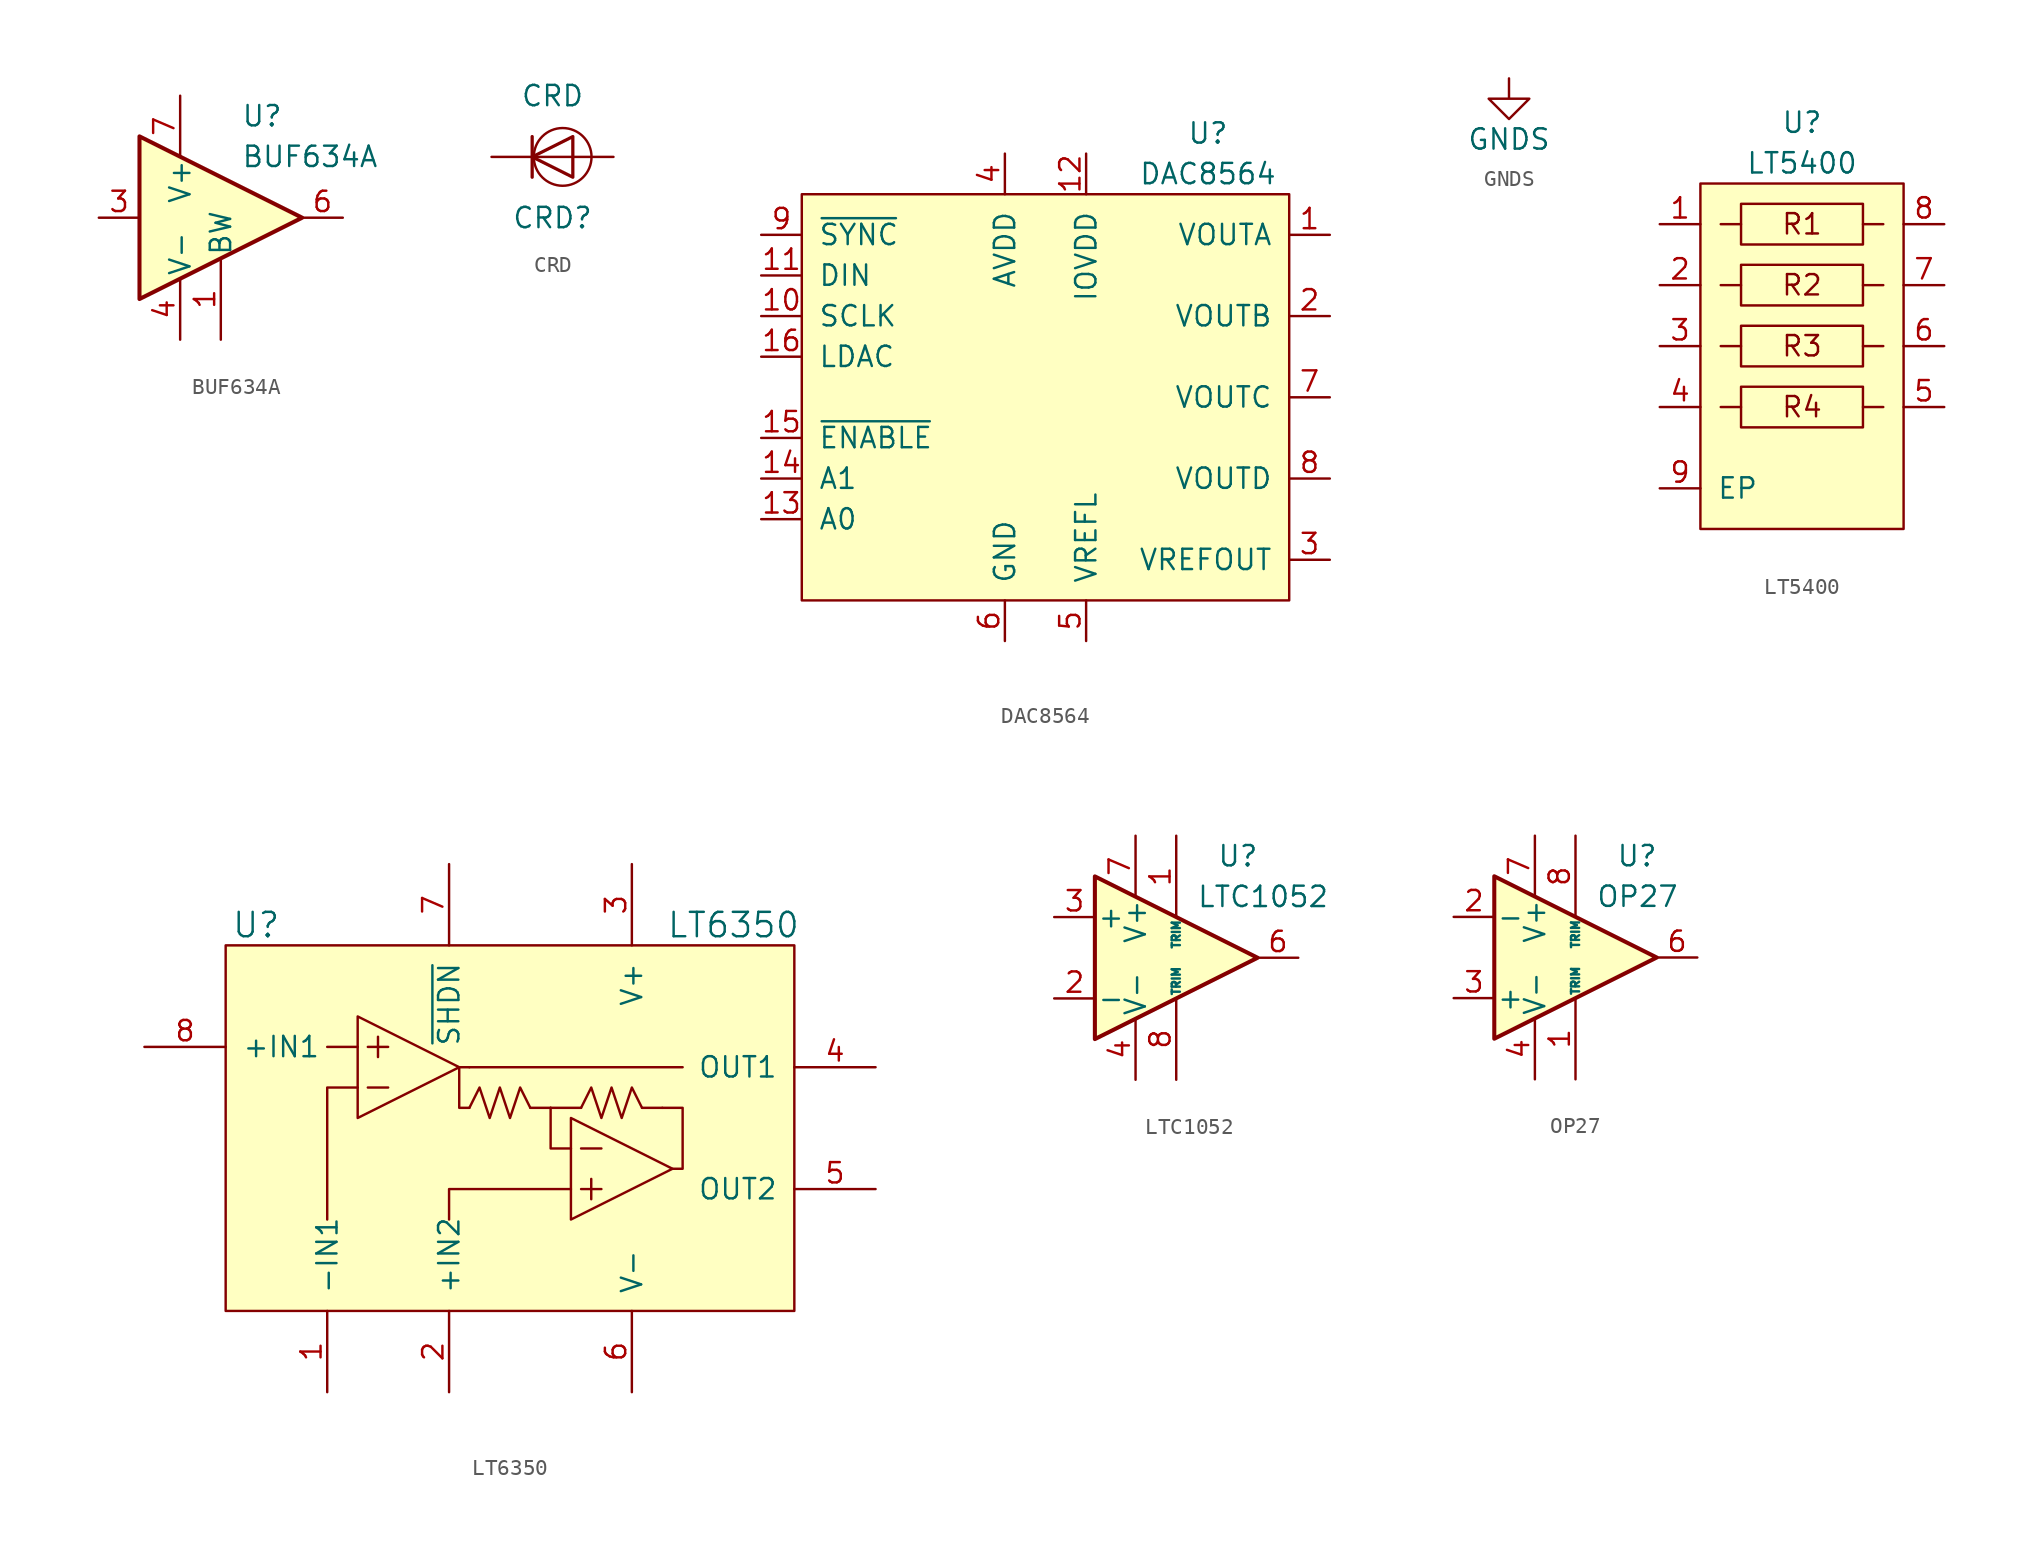
<source format=kicad_sym>
(kicad_symbol_lib
  (version 20220914)
  (generator kicad_symbol_editor)
  (symbol "BUF634A"
    (pin_names
      (offset 0.127))
    (property "Reference" "U"
      (at 1.27 6.35 0)
      (effects (font (size 1.27 1.27)) (justify left)))
    (property "Value" "BUF634A"
      (at 1.27 3.81 0)
      (effects (font (size 1.27 1.27)) (justify left)))
    (symbol "BUF634A_0_1"
      (polyline (pts (xy -5.08 5.08) (xy 5.08 0) (xy -5.08 -5.08) (xy -5.08 5.08)) (stroke (width 0.254) (type default)) (fill (type background))))
    (symbol "BUF634A_1_1"
      (pin input line (at 0 -7.62 90) (length 5.08) (name "BW" (effects (font (size 1.27 1.27)))) (number "1" (effects (font (size 1.27 1.27)))))
      (pin no_connect non_logic (at 0 2.54 270) (length 0) hide (name "NC" (effects (font (size 0.508 0.508)))) (number "2" (effects (font (size 1.27 1.27)))))
      (pin input line (at -7.62 0 0) (length 2.54) (name "~" (effects (font (size 1.27 1.27)))) (number "3" (effects (font (size 1.27 1.27)))))
      (pin power_in line (at -2.54 -7.62 90) (length 3.81) (name "V-" (effects (font (size 1.27 1.27)))) (number "4" (effects (font (size 1.27 1.27)))))
      (pin no_connect non_logic (at 2.54 -1.27 90) (length 0) hide (name "NC" (effects (font (size 0.508 0.508)))) (number "5" (effects (font (size 1.27 1.27)))))
      (pin output line (at 7.62 0 180) (length 2.54) (name "~" (effects (font (size 1.27 1.27)))) (number "6" (effects (font (size 1.27 1.27)))))
      (pin power_in line (at -2.54 7.62 270) (length 3.81) (name "V+" (effects (font (size 1.27 1.27)))) (number "7" (effects (font (size 1.27 1.27)))))
      (pin no_connect non_logic (at 2.54 1.27 270) (length 0) hide (name "NC" (effects (font (size 0.508 0.508)))) (number "8" (effects (font (size 1.27 1.27)))))))
  (symbol "CRD"
    (pin_numbers hide)
    (pin_names
      (offset 1.016) hide)
    (property "Reference" "CRD"
      (at 0 -3.81 0)
      (effects (font (size 1.27 1.27))))
    (property "Value" "CRD"
      (at 0 3.81 0)
      (effects (font (size 1.27 1.27))))
    (symbol "CRD_0_1"
      (polyline (pts (xy -1.27 1.27) (xy -1.27 -1.27)) (stroke (width 0.203) (type default)) (fill (type none)))
      (polyline (pts (xy 1.27 0) (xy -1.27 0)) (stroke (width 0) (type default)) (fill (type none)))
      (polyline (pts (xy 1.27 1.27) (xy 1.27 -1.27) (xy -1.27 0) (xy 1.27 1.27)) (stroke (width 0.203) (type default)) (fill (type none)))
      (circle (center 0.635 0) (radius 1.803) (stroke (width 0) (type default)) (fill (type none))))
    (symbol "CRD_1_1"
      (pin passive line (at -3.81 0 0) (length 2.54) (name "K" (effects (font (size 1.27 1.27)))) (number "1" (effects (font (size 1.27 1.27)))))
      (pin passive line (at 3.81 0 180) (length 2.54) (name "A" (effects (font (size 1.27 1.27)))) (number "2" (effects (font (size 1.27 1.27)))))))
  (symbol "DAC8564"
    (pin_names
      (offset 1.016))
    (property "Reference" "U"
      (at 10.16 16.51 0)
      (effects (font (size 1.27 1.27))))
    (property "Value" "DAC8564"
      (at 10.16 13.97 0)
      (effects (font (size 1.27 1.27))))
    (symbol "DAC8564_0_1"
      (rectangle (start 15.24 -12.7) (end -15.24 12.7) (stroke (width 0) (type default)) (fill (type background))))
    (symbol "DAC8564_1_1"
      (pin output line (at 17.78 10.16 180) (length 2.54) (name "VOUTA" (effects (font (size 1.27 1.27)))) (number "1" (effects (font (size 1.27 1.27)))))
      (pin input line (at -17.78 5.08 0) (length 2.54) (name "SCLK" (effects (font (size 1.27 1.27)))) (number "10" (effects (font (size 1.27 1.27)))))
      (pin input line (at -17.78 7.62 0) (length 2.54) (name "DIN" (effects (font (size 1.27 1.27)))) (number "11" (effects (font (size 1.27 1.27)))))
      (pin passive line (at 2.54 15.24 270) (length 2.54) (name "IOVDD" (effects (font (size 1.27 1.27)))) (number "12" (effects (font (size 1.27 1.27)))))
      (pin input line (at -17.78 -7.62 0) (length 2.54) (name "A0" (effects (font (size 1.27 1.27)))) (number "13" (effects (font (size 1.27 1.27)))))
      (pin input line (at -17.78 -5.08 0) (length 2.54) (name "A1" (effects (font (size 1.27 1.27)))) (number "14" (effects (font (size 1.27 1.27)))))
      (pin input line (at -17.78 -2.54 0) (length 2.54) (name "~{ENABLE}" (effects (font (size 1.27 1.27)))) (number "15" (effects (font (size 1.27 1.27)))))
      (pin input line (at -17.78 2.54 0) (length 2.54) (name "LDAC" (effects (font (size 1.27 1.27)))) (number "16" (effects (font (size 1.27 1.27)))))
      (pin output line (at 17.78 5.08 180) (length 2.54) (name "VOUTB" (effects (font (size 1.27 1.27)))) (number "2" (effects (font (size 1.27 1.27)))))
      (pin output line (at 17.78 -10.16 180) (length 2.54) (name "VREFOUT" (effects (font (size 1.27 1.27)))) (number "3" (effects (font (size 1.27 1.27)))))
      (pin passive line (at -2.54 15.24 270) (length 2.54) (name "AVDD" (effects (font (size 1.27 1.27)))) (number "4" (effects (font (size 1.27 1.27)))))
      (pin passive line (at 2.54 -15.24 90) (length 2.54) (name "VREFL" (effects (font (size 1.27 1.27)))) (number "5" (effects (font (size 1.27 1.27)))))
      (pin passive line (at -2.54 -15.24 90) (length 2.54) (name "GND" (effects (font (size 1.27 1.27)))) (number "6" (effects (font (size 1.27 1.27)))))
      (pin output line (at 17.78 0 180) (length 2.54) (name "VOUTC" (effects (font (size 1.27 1.27)))) (number "7" (effects (font (size 1.27 1.27)))))
      (pin output line (at 17.78 -5.08 180) (length 2.54) (name "VOUTD" (effects (font (size 1.27 1.27)))) (number "8" (effects (font (size 1.27 1.27)))))
      (pin input line (at -17.78 10.16 0) (length 2.54) (name "~{SYNC}" (effects (font (size 1.27 1.27)))) (number "9" (effects (font (size 1.27 1.27)))))))
  (symbol "GNDS"
    (power)
    (pin_names
      (offset 0))
    (property "Reference" "#PWR"
      (at 0 -6.35 0)
      (effects (font (size 1.27 1.27)) hide))
    (property "Value" "GNDS"
      (at 0 -3.81 0)
      (effects (font (size 1.27 1.27))))
    (symbol "GNDS_0_1"
      (polyline (pts (xy 0 0) (xy 0 -1.27) (xy 1.27 -1.27) (xy 0 -2.54) (xy -1.27 -1.27) (xy 0 -1.27)) (stroke (width 0) (type default)) (fill (type none))))
    (symbol "GNDS_1_1"
      (pin power_in line (at 0 0 270) (length 0) hide (name "GNDS" (effects (font (size 1.27 1.27)))) (number "1" (effects (font (size 1.27 1.27)))))))
  (symbol "LT5400"
    (pin_names
      (offset 1.016))
    (property "Reference" "U"
      (at 0 13.97 0)
      (effects (font (size 1.27 1.27))))
    (property "Value" "LT5400"
      (at 0 11.43 0)
      (effects (font (size 1.27 1.27))))
    (symbol "LT5400_0_0"
      (polyline (pts (xy -3.81 -3.81) (xy -5.08 -3.81)) (stroke (width 0) (type default)) (fill (type none)))
      (polyline (pts (xy -3.81 0) (xy -5.08 0)) (stroke (width 0) (type default)) (fill (type none)))
      (polyline (pts (xy -3.81 3.81) (xy -5.08 3.81)) (stroke (width 0) (type default)) (fill (type none)))
      (polyline (pts (xy -3.81 7.62) (xy -5.08 7.62)) (stroke (width 0) (type default)) (fill (type none)))
      (polyline (pts (xy 3.81 -3.81) (xy 5.08 -3.81)) (stroke (width 0) (type default)) (fill (type none)))
      (polyline (pts (xy 3.81 0) (xy 5.08 0)) (stroke (width 0) (type default)) (fill (type none)))
      (polyline (pts (xy 3.81 3.81) (xy 5.08 3.81)) (stroke (width 0) (type default)) (fill (type none)))
      (polyline (pts (xy 3.81 7.62) (xy 5.08 7.62)) (stroke (width 0) (type default)) (fill (type none)))
      (text "R4" (at 0 -3.81 0) (effects (font (size 1.27 1.27)))))
    (symbol "LT5400_0_1"
      (rectangle (start -6.35 10.16) (end 6.35 -11.43) (stroke (width 0) (type default)) (fill (type background)))
      (rectangle (start -3.81 -2.54) (end 3.81 -5.08) (stroke (width 0) (type default)) (fill (type none))))
    (symbol "LT5400_1_1"
      (rectangle (start -3.81 1.27) (end 3.81 -1.27) (stroke (width 0) (type default)) (fill (type none)))
      (rectangle (start -3.81 5.08) (end 3.81 2.54) (stroke (width 0) (type default)) (fill (type none)))
      (rectangle (start -3.81 8.89) (end 3.81 6.35) (stroke (width 0) (type default)) (fill (type none)))
      (text "R1" (at 0 7.62 0) (effects (font (size 1.27 1.27))))
      (text "R2" (at 0 3.81 0) (effects (font (size 1.27 1.27))))
      (text "R3" (at 0 0 0) (effects (font (size 1.27 1.27))))
      (pin passive line (at -8.89 7.62 0) (length 2.54) (name "~" (effects (font (size 1.27 1.27)))) (number "1" (effects (font (size 1.27 1.27)))))
      (pin passive line (at -8.89 3.81 0) (length 2.54) (name "~" (effects (font (size 1.27 1.27)))) (number "2" (effects (font (size 1.27 1.27)))))
      (pin passive line (at -8.89 0 0) (length 2.54) (name "~" (effects (font (size 1.27 1.27)))) (number "3" (effects (font (size 1.27 1.27)))))
      (pin passive line (at -8.89 -3.81 0) (length 2.54) (name "~" (effects (font (size 1.27 1.27)))) (number "4" (effects (font (size 1.27 1.27)))))
      (pin passive line (at 8.89 -3.81 180) (length 2.54) (name "~" (effects (font (size 1.27 1.27)))) (number "5" (effects (font (size 1.27 1.27)))))
      (pin passive line (at 8.89 0 180) (length 2.54) (name "~" (effects (font (size 1.27 1.27)))) (number "6" (effects (font (size 1.27 1.27)))))
      (pin passive line (at 8.89 3.81 180) (length 2.54) (name "~" (effects (font (size 1.27 1.27)))) (number "7" (effects (font (size 1.27 1.27)))))
      (pin passive line (at 8.89 7.62 180) (length 2.54) (name "~" (effects (font (size 1.27 1.27)))) (number "8" (effects (font (size 1.27 1.27)))))
      (pin passive line (at -8.89 -8.89 0) (length 2.54) (name "EP" (effects (font (size 1.27 1.27)))) (number "9" (effects (font (size 1.27 1.27)))))))
  (symbol "LT6350"
    (pin_names
      (offset 1.016))
    (property "Reference" "U"
      (at -15.875 12.7 0)
      (effects (font (size 1.524 1.524))))
    (property "Value" "LT6350"
      (at 13.97 12.7 0)
      (effects (font (size 1.524 1.524))))
    (symbol "LT6350_0_1"
      (rectangle (start -17.78 11.43) (end 17.78 -11.43) (stroke (width 0) (type default)) (fill (type background)))
      (polyline (pts (xy -9.525 5.08) (xy -11.43 5.08)) (stroke (width 0) (type default)) (fill (type none)))
      (polyline (pts (xy -8.89 2.54) (xy -7.62 2.54)) (stroke (width 0) (type default)) (fill (type none)))
      (polyline (pts (xy -8.89 5.08) (xy -7.62 5.08)) (stroke (width 0) (type default)) (fill (type none)))
      (polyline (pts (xy -8.255 5.715) (xy -8.255 4.445)) (stroke (width 0) (type default)) (fill (type none)))
      (polyline (pts (xy -2.54 3.81) (xy 10.795 3.81)) (stroke (width 0) (type default)) (fill (type none)))
      (polyline (pts (xy 1.27 1.27) (xy 2.54 1.27)) (stroke (width 0) (type default)) (fill (type none)))
      (polyline (pts (xy 4.445 -3.81) (xy 5.715 -3.81)) (stroke (width 0) (type default)) (fill (type none)))
      (polyline (pts (xy 4.445 -1.27) (xy 5.715 -1.27)) (stroke (width 0) (type default)) (fill (type none)))
      (polyline (pts (xy 4.445 1.27) (xy 2.54 1.27)) (stroke (width 0) (type default)) (fill (type none)))
      (polyline (pts (xy 5.08 -3.175) (xy 5.08 -4.445)) (stroke (width 0) (type default)) (fill (type none)))
      (polyline (pts (xy 8.255 1.27) (xy 9.525 1.27)) (stroke (width 0) (type default)) (fill (type none)))
      (polyline (pts (xy -9.525 2.54) (xy -11.43 2.54) (xy -11.43 -5.715)) (stroke (width 0) (type default)) (fill (type none)))
      (polyline (pts (xy 3.81 -3.81) (xy -3.81 -3.81) (xy -3.81 -5.715)) (stroke (width 0) (type default)) (fill (type none)))
      (polyline (pts (xy 3.81 -1.27) (xy 2.54 -1.27) (xy 2.54 1.27)) (stroke (width 0) (type default)) (fill (type none)))
      (polyline (pts (xy -9.525 6.985) (xy -9.525 0.635) (xy -3.175 3.81) (xy -9.525 6.985)) (stroke (width 0) (type default)) (fill (type none)))
      (polyline (pts (xy -2.54 1.27) (xy -3.175 1.27) (xy -3.175 3.81) (xy -2.54 3.81)) (stroke (width 0) (type default)) (fill (type none)))
      (polyline (pts (xy 3.81 0.635) (xy 3.81 -5.715) (xy 10.16 -2.54) (xy 3.81 0.635)) (stroke (width 0) (type default)) (fill (type none)))
      (polyline (pts (xy 9.525 1.27) (xy 10.795 1.27) (xy 10.795 -2.54) (xy 10.16 -2.54)) (stroke (width 0) (type default)) (fill (type none)))
      (polyline (pts (xy -2.54 1.27) (xy -1.905 2.54) (xy -1.27 0.635) (xy -0.635 2.54) (xy 0 0.635) (xy 0.635 2.54) (xy 1.27 1.27)) (stroke (width 0) (type default)) (fill (type none)))
      (polyline (pts (xy 4.445 1.27) (xy 5.08 2.54) (xy 5.715 0.635) (xy 6.35 2.54) (xy 6.985 0.635) (xy 7.62 2.54) (xy 8.255 1.27)) (stroke (width 0) (type default)) (fill (type none))))
    (symbol "LT6350_1_1"
      (pin input line (at -11.43 -16.51 90) (length 5.08) (name "-IN1" (effects (font (size 1.27 1.27)))) (number "1" (effects (font (size 1.27 1.27)))))
      (pin input line (at -3.81 -16.51 90) (length 5.08) (name "+IN2" (effects (font (size 1.27 1.27)))) (number "2" (effects (font (size 1.27 1.27)))))
      (pin passive line (at 7.62 16.51 270) (length 5.08) (name "V+" (effects (font (size 1.27 1.27)))) (number "3" (effects (font (size 1.27 1.27)))))
      (pin output line (at 22.86 3.81 180) (length 5.08) (name "OUT1" (effects (font (size 1.27 1.27)))) (number "4" (effects (font (size 1.27 1.27)))))
      (pin output line (at 22.86 -3.81 180) (length 5.08) (name "OUT2" (effects (font (size 1.27 1.27)))) (number "5" (effects (font (size 1.27 1.27)))))
      (pin passive line (at 7.62 -16.51 90) (length 5.08) (name "V-" (effects (font (size 1.27 1.27)))) (number "6" (effects (font (size 1.27 1.27)))))
      (pin input line (at -3.81 16.51 270) (length 5.08) (name "~{SHDN}" (effects (font (size 1.27 1.27)))) (number "7" (effects (font (size 1.27 1.27)))))
      (pin input line (at -22.86 5.08 0) (length 5.08) (name "+IN1" (effects (font (size 1.27 1.27)))) (number "8" (effects (font (size 1.27 1.27)))))))
  (symbol "LTC1052"
    (pin_names
      (offset 0.127))
    (property "Reference" "U"
      (at 2.54 6.35 0)
      (effects (font (size 1.27 1.27)) (justify left)))
    (property "Value" "LTC1052"
      (at 1.27 3.81 0)
      (effects (font (size 1.27 1.27)) (justify left)))
    (symbol "LTC1052_0_1"
      (polyline (pts (xy -5.08 5.08) (xy 5.08 0) (xy -5.08 -5.08) (xy -5.08 5.08)) (stroke (width 0.254) (type default)) (fill (type background))))
    (symbol "LTC1052_1_1"
      (pin input line (at 0 7.62 270) (length 5.08) (name "TRIM" (effects (font (size 0.508 0.508)))) (number "1" (effects (font (size 1.27 1.27)))))
      (pin input line (at -7.62 -2.54 0) (length 2.54) (name "-" (effects (font (size 1.27 1.27)))) (number "2" (effects (font (size 1.27 1.27)))))
      (pin input line (at -7.62 2.54 0) (length 2.54) (name "+" (effects (font (size 1.27 1.27)))) (number "3" (effects (font (size 1.27 1.27)))))
      (pin power_in line (at -2.54 -7.62 90) (length 3.81) (name "V-" (effects (font (size 1.27 1.27)))) (number "4" (effects (font (size 1.27 1.27)))))
      (pin no_connect non_logic (at 2.54 -1.27 90) (length 0) hide (name "NC" (effects (font (size 0.508 0.508)))) (number "5" (effects (font (size 1.27 1.27)))))
      (pin output line (at 7.62 0 180) (length 2.54) (name "~" (effects (font (size 1.27 1.27)))) (number "6" (effects (font (size 1.27 1.27)))))
      (pin power_in line (at -2.54 7.62 270) (length 3.81) (name "V+" (effects (font (size 1.27 1.27)))) (number "7" (effects (font (size 1.27 1.27)))))
      (pin input line (at 0 -7.62 90) (length 5.08) (name "TRIM" (effects (font (size 0.508 0.508)))) (number "8" (effects (font (size 1.27 1.27)))))))
  (symbol "OP27"
    (pin_names
      (offset 0.127))
    (property "Reference" "U"
      (at 2.54 6.35 0)
      (effects (font (size 1.27 1.27)) (justify left)))
    (property "Value" "OP27"
      (at 1.27 3.81 0)
      (effects (font (size 1.27 1.27)) (justify left)))
    (symbol "OP27_0_1"
      (polyline (pts (xy -5.08 5.08) (xy 5.08 0) (xy -5.08 -5.08) (xy -5.08 5.08)) (stroke (width 0.254) (type default)) (fill (type background))))
    (symbol "OP27_1_1"
      (pin input line (at 0 -7.62 90) (length 5.08) (name "TRIM" (effects (font (size 0.508 0.508)))) (number "1" (effects (font (size 1.27 1.27)))))
      (pin input line (at -7.62 2.54 0) (length 2.54) (name "-" (effects (font (size 1.27 1.27)))) (number "2" (effects (font (size 1.27 1.27)))))
      (pin input line (at -7.62 -2.54 0) (length 2.54) (name "+" (effects (font (size 1.27 1.27)))) (number "3" (effects (font (size 1.27 1.27)))))
      (pin power_in line (at -2.54 -7.62 90) (length 3.81) (name "V-" (effects (font (size 1.27 1.27)))) (number "4" (effects (font (size 1.27 1.27)))))
      (pin no_connect non_logic (at 2.54 -1.27 90) (length 0) hide (name "NC" (effects (font (size 0.508 0.508)))) (number "5" (effects (font (size 1.27 1.27)))))
      (pin output line (at 7.62 0 180) (length 2.54) (name "~" (effects (font (size 1.27 1.27)))) (number "6" (effects (font (size 1.27 1.27)))))
      (pin power_in line (at -2.54 7.62 270) (length 3.81) (name "V+" (effects (font (size 1.27 1.27)))) (number "7" (effects (font (size 1.27 1.27)))))
      (pin input line (at 0 7.62 270) (length 5.08) (name "TRIM" (effects (font (size 0.508 0.508)))) (number "8" (effects (font (size 1.27 1.27))))))))
</source>
